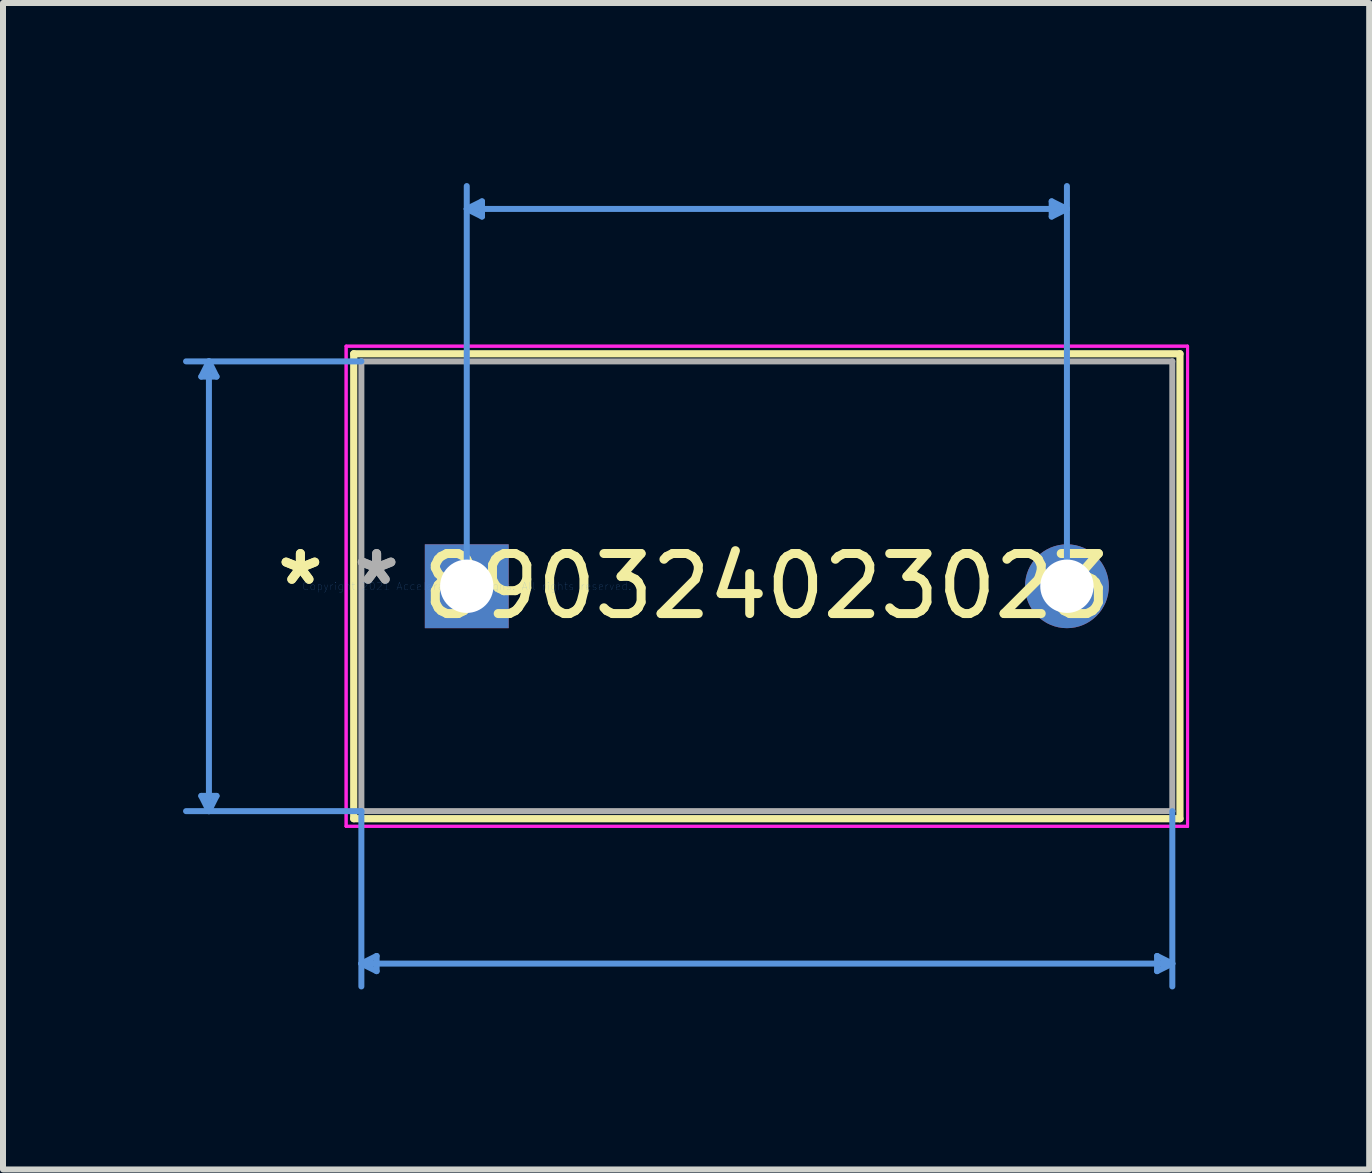
<source format=kicad_pcb>
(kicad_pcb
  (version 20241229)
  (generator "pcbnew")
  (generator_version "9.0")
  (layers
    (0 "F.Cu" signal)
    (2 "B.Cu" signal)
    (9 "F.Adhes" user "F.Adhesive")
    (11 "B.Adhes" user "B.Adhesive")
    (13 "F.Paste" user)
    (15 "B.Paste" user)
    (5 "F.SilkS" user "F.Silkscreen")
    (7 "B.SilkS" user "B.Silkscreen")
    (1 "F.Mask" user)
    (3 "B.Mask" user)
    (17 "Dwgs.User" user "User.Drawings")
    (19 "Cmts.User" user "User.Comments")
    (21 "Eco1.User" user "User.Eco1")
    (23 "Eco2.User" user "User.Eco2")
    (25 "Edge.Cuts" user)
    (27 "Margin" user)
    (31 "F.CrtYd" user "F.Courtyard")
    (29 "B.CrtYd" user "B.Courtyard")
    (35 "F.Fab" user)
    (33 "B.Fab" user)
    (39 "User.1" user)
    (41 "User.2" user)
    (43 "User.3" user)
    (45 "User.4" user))
  (footprint "890324023023"
    (layer "F.Cu")
    (at 4.727 6.718)
    (property "Reference" "890324023023" (at 5 0 0) (layer "F.SilkS") (effects (font (size 1 1) (thickness 0.15))))
    (attr through_hole)
    (fp_line (start -1.883 -3.873) (end -1.883 3.873) (stroke (width 0.12) (type solid)) (layer "F.SilkS"))
    (fp_line (start -1.883 3.873) (end 11.883 3.873) (stroke (width 0.12) (type solid)) (layer "F.SilkS"))
    (fp_line (start 11.883 -3.873) (end -1.883 -3.873) (stroke (width 0.12) (type solid)) (layer "F.SilkS"))
    (fp_line (start 11.883 3.873) (end 11.883 -3.873) (stroke (width 0.12) (type solid)) (layer "F.SilkS"))
    (fp_line (start -4.423 -3.493) (end -4.169 -3.493) (stroke (width 0.1) (type solid)) (layer "Cmts.User"))
    (fp_line (start -4.423 3.493) (end -4.169 3.493) (stroke (width 0.1) (type solid)) (layer "Cmts.User"))
    (fp_line (start -4.296 -3.747) (end -4.423 -3.493) (stroke (width 0.1) (type solid)) (layer "Cmts.User"))
    (fp_line (start -4.296 -3.747) (end -4.296 3.747) (stroke (width 0.1) (type solid)) (layer "Cmts.User"))
    (fp_line (start -4.296 -3.747) (end -4.169 -3.493) (stroke (width 0.1) (type solid)) (layer "Cmts.User"))
    (fp_line (start -4.296 3.747) (end -4.423 3.493) (stroke (width 0.1) (type solid)) (layer "Cmts.User"))
    (fp_line (start -4.296 3.747) (end -4.169 3.493) (stroke (width 0.1) (type solid)) (layer "Cmts.User"))
    (fp_line (start -1.756 -3.747) (end -4.677 -3.747) (stroke (width 0.1) (type solid)) (layer "Cmts.User"))
    (fp_line (start -1.756 3.747) (end -4.677 3.747) (stroke (width 0.1) (type solid)) (layer "Cmts.User"))
    (fp_line (start -1.756 3.747) (end -1.756 6.668) (stroke (width 0.1) (type solid)) (layer "Cmts.User"))
    (fp_line (start -1.756 6.287) (end -1.502 6.16) (stroke (width 0.1) (type solid)) (layer "Cmts.User"))
    (fp_line (start -1.756 6.287) (end -1.502 6.413) (stroke (width 0.1) (type solid)) (layer "Cmts.User"))
    (fp_line (start -1.756 6.287) (end 11.756 6.287) (stroke (width 0.1) (type solid)) (layer "Cmts.User"))
    (fp_line (start -1.502 6.16) (end -1.502 6.413) (stroke (width 0.1) (type solid)) (layer "Cmts.User"))
    (fp_line (start 0 -6.287) (end 0.254 -6.413) (stroke (width 0.1) (type solid)) (layer "Cmts.User"))
    (fp_line (start 0 -6.287) (end 0.254 -6.16) (stroke (width 0.1) (type solid)) (layer "Cmts.User"))
    (fp_line (start 0 -6.287) (end 10 -6.287) (stroke (width 0.1) (type solid)) (layer "Cmts.User"))
    (fp_line (start 0 0) (end 0 -6.668) (stroke (width 0.1) (type solid)) (layer "Cmts.User"))
    (fp_line (start 0.254 -6.413) (end 0.254 -6.16) (stroke (width 0.1) (type solid)) (layer "Cmts.User"))
    (fp_line (start 9.746 -6.413) (end 9.746 -6.16) (stroke (width 0.1) (type solid)) (layer "Cmts.User"))
    (fp_line (start 10 -6.287) (end 9.746 -6.413) (stroke (width 0.1) (type solid)) (layer "Cmts.User"))
    (fp_line (start 10 -6.287) (end 9.746 -6.16) (stroke (width 0.1) (type solid)) (layer "Cmts.User"))
    (fp_line (start 10 0) (end 10 -6.668) (stroke (width 0.1) (type solid)) (layer "Cmts.User"))
    (fp_line (start 11.502 6.16) (end 11.502 6.413) (stroke (width 0.1) (type solid)) (layer "Cmts.User"))
    (fp_line (start 11.756 3.747) (end 11.756 6.668) (stroke (width 0.1) (type solid)) (layer "Cmts.User"))
    (fp_line (start 11.756 6.287) (end 11.502 6.16) (stroke (width 0.1) (type solid)) (layer "Cmts.User"))
    (fp_line (start 11.756 6.287) (end 11.502 6.413) (stroke (width 0.1) (type solid)) (layer "Cmts.User"))
    (fp_line (start -2.01 -4) (end 12.01 -4) (stroke (width 0.05) (type solid)) (layer "F.CrtYd"))
    (fp_line (start -2.01 -4) (end 12.01 -4) (stroke (width 0.05) (type solid)) (layer "F.CrtYd"))
    (fp_line (start -2.01 4) (end -2.01 -4) (stroke (width 0.05) (type solid)) (layer "F.CrtYd"))
    (fp_line (start -2.01 4) (end -2.01 -4) (stroke (width 0.05) (type solid)) (layer "F.CrtYd"))
    (fp_line (start 12.01 -4) (end 12.01 4) (stroke (width 0.05) (type solid)) (layer "F.CrtYd"))
    (fp_line (start 12.01 -4) (end 12.01 4) (stroke (width 0.05) (type solid)) (layer "F.CrtYd"))
    (fp_line (start 12.01 4) (end -2.01 4) (stroke (width 0.05) (type solid)) (layer "F.CrtYd"))
    (fp_line (start 12.01 4) (end -2.01 4) (stroke (width 0.05) (type solid)) (layer "F.CrtYd"))
    (fp_line (start -1.756 -3.747) (end -1.756 3.747) (stroke (width 0.1) (type solid)) (layer "F.Fab"))
    (fp_line (start -1.756 3.747) (end 11.756 3.747) (stroke (width 0.1) (type solid)) (layer "F.Fab"))
    (fp_line (start 11.756 -3.747) (end -1.756 -3.747) (stroke (width 0.1) (type solid)) (layer "F.Fab"))
    (fp_line (start 11.756 3.747) (end 11.756 -3.747) (stroke (width 0.1) (type solid)) (layer "F.Fab"))
    (fp_text user "*" (at -2.772 0 0) (layer "F.SilkS") (effects (font (size 1 1) (thickness 0.15))))
    (fp_text user "*" (at -2.772 0 0) (layer "F.SilkS") (effects (font (size 1 1) (thickness 0.15))))
    (fp_text user "Copyright 2021 Accelerated Designs. All rights reserved." (at 0 0 0) (layer "Cmts.User") (effects (font (size 0.127 0.127) (thickness 0.002))))
    (fp_text user "*" (at -1.502 0 0) (layer "F.Fab") (effects (font (size 1 1) (thickness 0.15))))
    (fp_text user "*" (at -1.502 0 0) (layer "F.Fab") (effects (font (size 1 1) (thickness 0.15))))
    (pad "1" thru_hole rect (at 0 0) (size 1.397 1.397) (drill 0.889) (layers "*.Cu" "*.Mask"))
    (pad "2" thru_hole circle (at 10 0) (size 1.397 1.397) (drill 0.889) (layers "*.Cu" "*.Mask")))
  (gr_rect
    (start -3 -3)
    (end 19.763 16.435)
    (stroke (width 0.1) (type default))
    (fill no)
    (layer "Edge.Cuts")))
</source>
